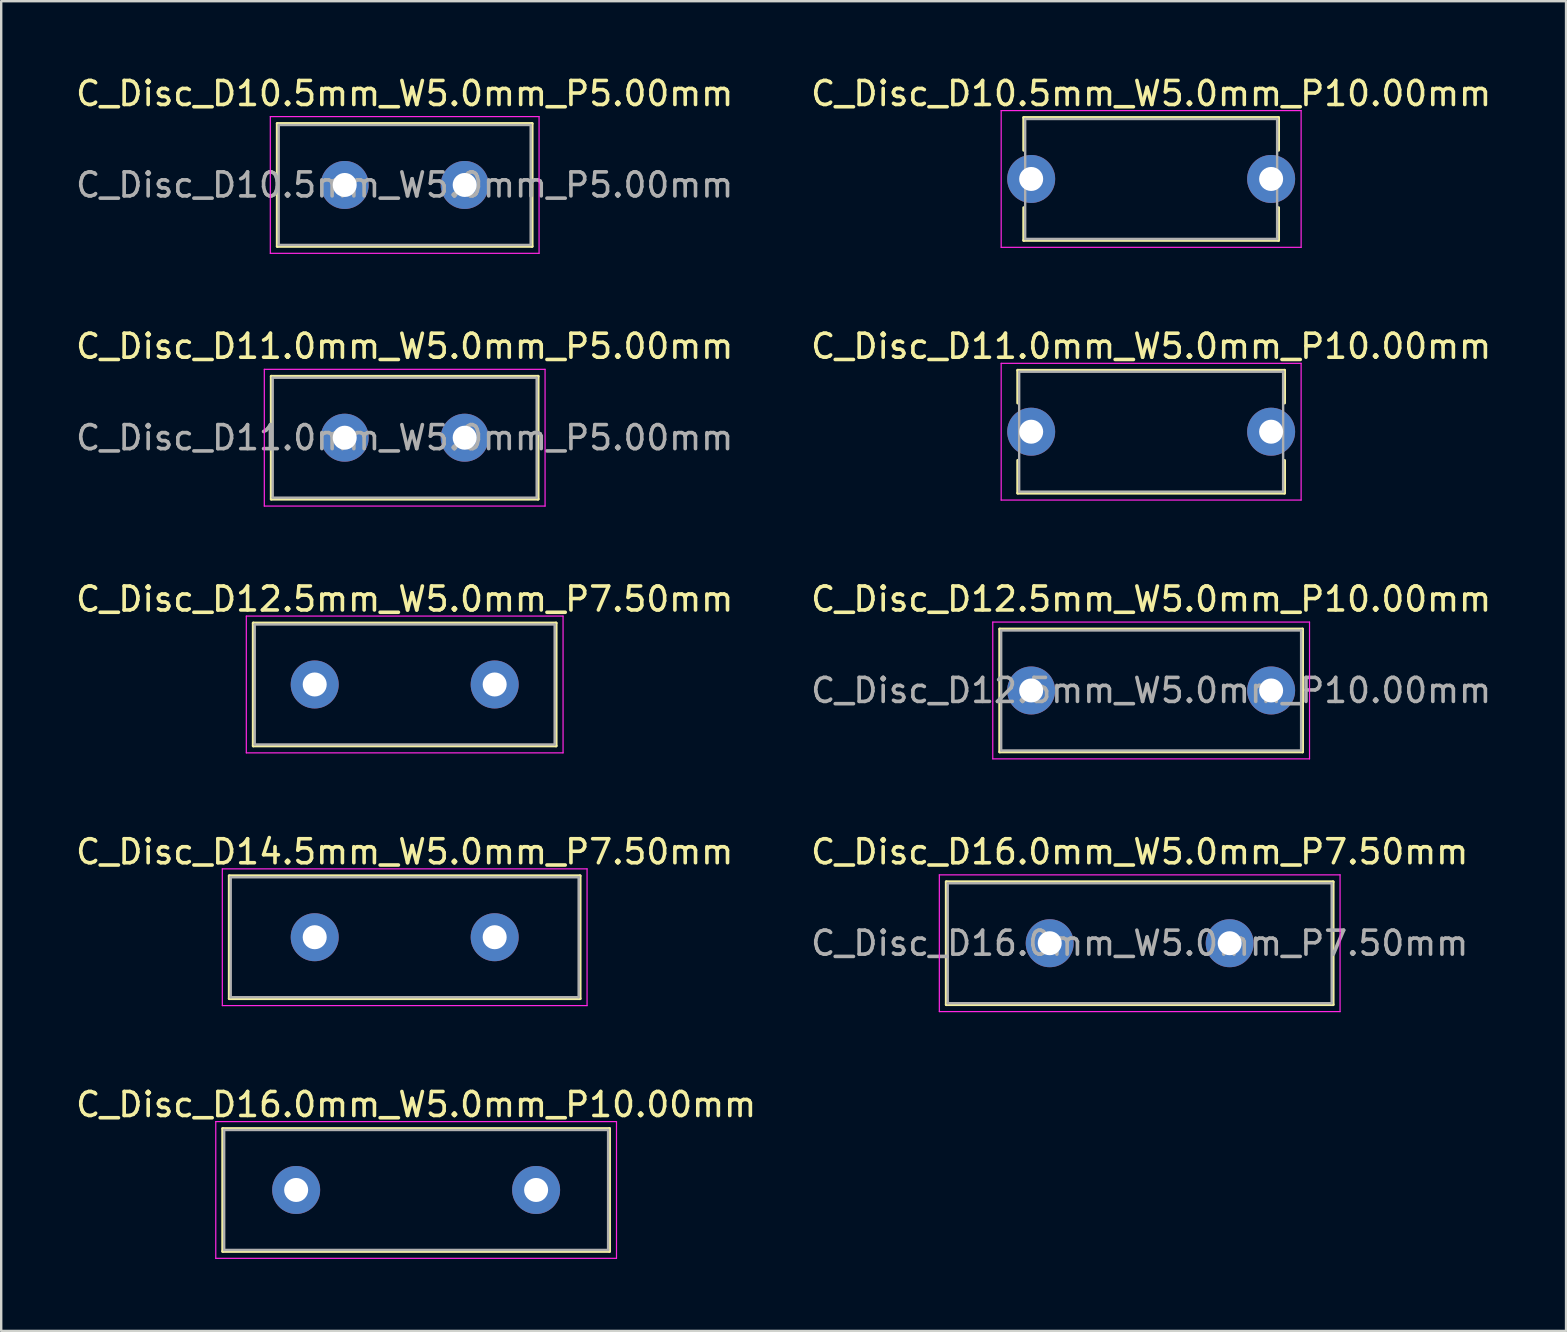
<source format=kicad_pcb>
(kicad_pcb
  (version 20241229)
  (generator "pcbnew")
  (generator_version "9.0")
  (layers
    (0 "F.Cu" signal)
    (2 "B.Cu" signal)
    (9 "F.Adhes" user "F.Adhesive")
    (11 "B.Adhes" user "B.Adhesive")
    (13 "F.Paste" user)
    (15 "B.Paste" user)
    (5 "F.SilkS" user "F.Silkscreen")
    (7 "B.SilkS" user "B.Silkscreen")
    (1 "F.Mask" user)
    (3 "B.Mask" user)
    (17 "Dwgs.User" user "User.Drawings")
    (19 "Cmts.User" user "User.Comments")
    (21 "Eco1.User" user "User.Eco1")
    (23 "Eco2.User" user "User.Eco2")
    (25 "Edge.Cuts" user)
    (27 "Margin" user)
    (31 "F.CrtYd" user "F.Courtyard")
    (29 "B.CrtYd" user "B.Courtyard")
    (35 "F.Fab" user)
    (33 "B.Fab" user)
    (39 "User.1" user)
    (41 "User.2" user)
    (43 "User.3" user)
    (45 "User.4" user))
  (footprint "C_Disc_D11.0mm_W5.0mm_P10.00mm"
    (layer "F.Cu")
    (at 39.923 14.941)
    (property "Reference" "C_Disc_D11.0mm_W5.0mm_P10.00mm" (at 5 -3.56 0) (layer "F.SilkS") (effects (font (size 1 1) (thickness 0.15))))
    (attr through_hole)
    (fp_line (start -0.56 -2.56) (end -0.56 -1.195) (stroke (width 0.12) (type solid)) (layer "F.SilkS"))
    (fp_line (start -0.56 -2.56) (end 10.56 -2.56) (stroke (width 0.12) (type solid)) (layer "F.SilkS"))
    (fp_line (start -0.56 1.195) (end -0.56 2.56) (stroke (width 0.12) (type solid)) (layer "F.SilkS"))
    (fp_line (start -0.56 2.56) (end 10.56 2.56) (stroke (width 0.12) (type solid)) (layer "F.SilkS"))
    (fp_line (start 10.56 -2.56) (end 10.56 -1.195) (stroke (width 0.12) (type solid)) (layer "F.SilkS"))
    (fp_line (start 10.56 1.195) (end 10.56 2.56) (stroke (width 0.12) (type solid)) (layer "F.SilkS"))
    (fp_line (start -1.25 -2.85) (end -1.25 2.85) (stroke (width 0.05) (type solid)) (layer "F.CrtYd"))
    (fp_line (start -1.25 2.85) (end 11.25 2.85) (stroke (width 0.05) (type solid)) (layer "F.CrtYd"))
    (fp_line (start 11.25 -2.85) (end -1.25 -2.85) (stroke (width 0.05) (type solid)) (layer "F.CrtYd"))
    (fp_line (start 11.25 2.85) (end 11.25 -2.85) (stroke (width 0.05) (type solid)) (layer "F.CrtYd"))
    (fp_line (start -0.5 -2.5) (end -0.5 2.5) (stroke (width 0.1) (type solid)) (layer "F.Fab"))
    (fp_line (start -0.5 2.5) (end 10.5 2.5) (stroke (width 0.1) (type solid)) (layer "F.Fab"))
    (fp_line (start 10.5 -2.5) (end -0.5 -2.5) (stroke (width 0.1) (type solid)) (layer "F.Fab"))
    (fp_line (start 10.5 2.5) (end 10.5 -2.5) (stroke (width 0.1) (type solid)) (layer "F.Fab"))
    (pad "1" thru_hole circle (at 0 0) (size 2 2) (drill 1) (layers "*.Cu" "*.Mask"))
    (pad "2" thru_hole circle (at 10 0) (size 2 2) (drill 1) (layers "*.Cu" "*.Mask")))
  (footprint "C_Disc_D16.0mm_W5.0mm_P7.50mm"
    (layer "F.Cu")
    (at 40.696 36.258)
    (property "Reference" "C_Disc_D16.0mm_W5.0mm_P7.50mm" (at 3.75 -3.81 0) (layer "F.SilkS") (effects (font (size 1 1) (thickness 0.15))))
    (attr through_hole)
    (fp_line (start -4.31 -2.56) (end -4.31 2.56) (stroke (width 0.12) (type solid)) (layer "F.SilkS"))
    (fp_line (start -4.31 -2.56) (end 11.81 -2.56) (stroke (width 0.12) (type solid)) (layer "F.SilkS"))
    (fp_line (start -4.31 2.56) (end 11.81 2.56) (stroke (width 0.12) (type solid)) (layer "F.SilkS"))
    (fp_line (start 11.81 -2.56) (end 11.81 2.56) (stroke (width 0.12) (type solid)) (layer "F.SilkS"))
    (fp_line (start -4.6 -2.85) (end -4.6 2.85) (stroke (width 0.05) (type solid)) (layer "F.CrtYd"))
    (fp_line (start -4.6 2.85) (end 12.1 2.85) (stroke (width 0.05) (type solid)) (layer "F.CrtYd"))
    (fp_line (start 12.1 -2.85) (end -4.6 -2.85) (stroke (width 0.05) (type solid)) (layer "F.CrtYd"))
    (fp_line (start 12.1 2.85) (end 12.1 -2.85) (stroke (width 0.05) (type solid)) (layer "F.CrtYd"))
    (fp_line (start -4.25 -2.5) (end -4.25 2.5) (stroke (width 0.1) (type solid)) (layer "F.Fab"))
    (fp_line (start -4.25 2.5) (end 11.75 2.5) (stroke (width 0.1) (type solid)) (layer "F.Fab"))
    (fp_line (start 11.75 -2.5) (end -4.25 -2.5) (stroke (width 0.1) (type solid)) (layer "F.Fab"))
    (fp_line (start 11.75 2.5) (end 11.75 -2.5) (stroke (width 0.1) (type solid)) (layer "F.Fab"))
    (fp_text user "${REFERENCE}" (at 3.75 0 0) (layer "F.Fab") (effects (font (size 1 1) (thickness 0.15))))
    (pad "1" thru_hole circle (at 0 0) (size 2 2) (drill 1) (layers "*.Cu" "*.Mask"))
    (pad "2" thru_hole circle (at 7.5 0) (size 2 2) (drill 1) (layers "*.Cu" "*.Mask")))
  (footprint "C_Disc_D16.0mm_W5.0mm_P10.00mm"
    (layer "F.Cu")
    (at 9.292 46.541)
    (property "Reference" "C_Disc_D16.0mm_W5.0mm_P10.00mm" (at 5 -3.56 0) (layer "F.SilkS") (effects (font (size 1 1) (thickness 0.15))))
    (attr through_hole)
    (fp_line (start -3.06 -2.56) (end -3.06 2.56) (stroke (width 0.12) (type solid)) (layer "F.SilkS"))
    (fp_line (start -3.06 -2.56) (end 13.06 -2.56) (stroke (width 0.12) (type solid)) (layer "F.SilkS"))
    (fp_line (start -3.06 2.56) (end 13.06 2.56) (stroke (width 0.12) (type solid)) (layer "F.SilkS"))
    (fp_line (start 13.06 -2.56) (end 13.06 2.56) (stroke (width 0.12) (type solid)) (layer "F.SilkS"))
    (fp_line (start -3.35 -2.85) (end -3.35 2.85) (stroke (width 0.05) (type solid)) (layer "F.CrtYd"))
    (fp_line (start -3.35 2.85) (end 13.35 2.85) (stroke (width 0.05) (type solid)) (layer "F.CrtYd"))
    (fp_line (start 13.35 -2.85) (end -3.35 -2.85) (stroke (width 0.05) (type solid)) (layer "F.CrtYd"))
    (fp_line (start 13.35 2.85) (end 13.35 -2.85) (stroke (width 0.05) (type solid)) (layer "F.CrtYd"))
    (fp_line (start -3 -2.5) (end -3 2.5) (stroke (width 0.1) (type solid)) (layer "F.Fab"))
    (fp_line (start -3 2.5) (end 13 2.5) (stroke (width 0.1) (type solid)) (layer "F.Fab"))
    (fp_line (start 13 -2.5) (end -3 -2.5) (stroke (width 0.1) (type solid)) (layer "F.Fab"))
    (fp_line (start 13 2.5) (end 13 -2.5) (stroke (width 0.1) (type solid)) (layer "F.Fab"))
    (pad "1" thru_hole circle (at 0 0) (size 2 2) (drill 1) (layers "*.Cu" "*.Mask"))
    (pad "2" thru_hole circle (at 10 0) (size 2 2) (drill 1) (layers "*.Cu" "*.Mask")))
  (footprint "C_Disc_D12.5mm_W5.0mm_P10.00mm"
    (layer "F.Cu")
    (at 39.923 25.725)
    (property "Reference" "C_Disc_D12.5mm_W5.0mm_P10.00mm" (at 5 -3.81 0) (layer "F.SilkS") (effects (font (size 1 1) (thickness 0.15))))
    (attr through_hole)
    (fp_line (start -1.31 -2.56) (end -1.31 2.56) (stroke (width 0.12) (type solid)) (layer "F.SilkS"))
    (fp_line (start -1.31 -2.56) (end 11.31 -2.56) (stroke (width 0.12) (type solid)) (layer "F.SilkS"))
    (fp_line (start -1.31 2.56) (end 11.31 2.56) (stroke (width 0.12) (type solid)) (layer "F.SilkS"))
    (fp_line (start 11.31 -2.56) (end 11.31 2.56) (stroke (width 0.12) (type solid)) (layer "F.SilkS"))
    (fp_line (start -1.6 -2.85) (end -1.6 2.85) (stroke (width 0.05) (type solid)) (layer "F.CrtYd"))
    (fp_line (start -1.6 2.85) (end 11.6 2.85) (stroke (width 0.05) (type solid)) (layer "F.CrtYd"))
    (fp_line (start 11.6 -2.85) (end -1.6 -2.85) (stroke (width 0.05) (type solid)) (layer "F.CrtYd"))
    (fp_line (start 11.6 2.85) (end 11.6 -2.85) (stroke (width 0.05) (type solid)) (layer "F.CrtYd"))
    (fp_line (start -1.25 -2.5) (end -1.25 2.5) (stroke (width 0.1) (type solid)) (layer "F.Fab"))
    (fp_line (start -1.25 2.5) (end 11.25 2.5) (stroke (width 0.1) (type solid)) (layer "F.Fab"))
    (fp_line (start 11.25 -2.5) (end -1.25 -2.5) (stroke (width 0.1) (type solid)) (layer "F.Fab"))
    (fp_line (start 11.25 2.5) (end 11.25 -2.5) (stroke (width 0.1) (type solid)) (layer "F.Fab"))
    (fp_text user "${REFERENCE}" (at 5 0 0) (layer "F.Fab") (effects (font (size 1 1) (thickness 0.15))))
    (pad "1" thru_hole circle (at 0 0) (size 2 2) (drill 1) (layers "*.Cu" "*.Mask"))
    (pad "2" thru_hole circle (at 10 0) (size 2 2) (drill 1) (layers "*.Cu" "*.Mask")))
  (footprint "C_Disc_D10.5mm_W5.0mm_P5.00mm"
    (layer "F.Cu")
    (at 11.315 4.658)
    (property "Reference" "C_Disc_D10.5mm_W5.0mm_P5.00mm" (at 2.5 -3.81 0) (layer "F.SilkS") (effects (font (size 1 1) (thickness 0.15))))
    (attr through_hole)
    (fp_line (start -2.81 -2.56) (end -2.81 2.56) (stroke (width 0.12) (type solid)) (layer "F.SilkS"))
    (fp_line (start -2.81 -2.56) (end 7.81 -2.56) (stroke (width 0.12) (type solid)) (layer "F.SilkS"))
    (fp_line (start -2.81 2.56) (end 7.81 2.56) (stroke (width 0.12) (type solid)) (layer "F.SilkS"))
    (fp_line (start 7.81 -2.56) (end 7.81 2.56) (stroke (width 0.12) (type solid)) (layer "F.SilkS"))
    (fp_line (start -3.1 -2.85) (end -3.1 2.85) (stroke (width 0.05) (type solid)) (layer "F.CrtYd"))
    (fp_line (start -3.1 2.85) (end 8.1 2.85) (stroke (width 0.05) (type solid)) (layer "F.CrtYd"))
    (fp_line (start 8.1 -2.85) (end -3.1 -2.85) (stroke (width 0.05) (type solid)) (layer "F.CrtYd"))
    (fp_line (start 8.1 2.85) (end 8.1 -2.85) (stroke (width 0.05) (type solid)) (layer "F.CrtYd"))
    (fp_line (start -2.75 -2.5) (end -2.75 2.5) (stroke (width 0.1) (type solid)) (layer "F.Fab"))
    (fp_line (start -2.75 2.5) (end 7.75 2.5) (stroke (width 0.1) (type solid)) (layer "F.Fab"))
    (fp_line (start 7.75 -2.5) (end -2.75 -2.5) (stroke (width 0.1) (type solid)) (layer "F.Fab"))
    (fp_line (start 7.75 2.5) (end 7.75 -2.5) (stroke (width 0.1) (type solid)) (layer "F.Fab"))
    (fp_text user "${REFERENCE}" (at 2.5 0 0) (layer "F.Fab") (effects (font (size 1 1) (thickness 0.15))))
    (pad "1" thru_hole circle (at 0 0) (size 2 2) (drill 1) (layers "*.Cu" "*.Mask"))
    (pad "2" thru_hole circle (at 5 0) (size 2 2) (drill 1) (layers "*.Cu" "*.Mask")))
  (footprint "C_Disc_D11.0mm_W5.0mm_P5.00mm"
    (layer "F.Cu")
    (at 11.315 15.191)
    (property "Reference" "C_Disc_D11.0mm_W5.0mm_P5.00mm" (at 2.5 -3.81 0) (layer "F.SilkS") (effects (font (size 1 1) (thickness 0.15))))
    (attr through_hole)
    (fp_line (start -3.06 -2.56) (end -3.06 2.56) (stroke (width 0.12) (type solid)) (layer "F.SilkS"))
    (fp_line (start -3.06 -2.56) (end 8.06 -2.56) (stroke (width 0.12) (type solid)) (layer "F.SilkS"))
    (fp_line (start -3.06 2.56) (end 8.06 2.56) (stroke (width 0.12) (type solid)) (layer "F.SilkS"))
    (fp_line (start 8.06 -2.56) (end 8.06 2.56) (stroke (width 0.12) (type solid)) (layer "F.SilkS"))
    (fp_line (start -3.35 -2.85) (end -3.35 2.85) (stroke (width 0.05) (type solid)) (layer "F.CrtYd"))
    (fp_line (start -3.35 2.85) (end 8.35 2.85) (stroke (width 0.05) (type solid)) (layer "F.CrtYd"))
    (fp_line (start 8.35 -2.85) (end -3.35 -2.85) (stroke (width 0.05) (type solid)) (layer "F.CrtYd"))
    (fp_line (start 8.35 2.85) (end 8.35 -2.85) (stroke (width 0.05) (type solid)) (layer "F.CrtYd"))
    (fp_line (start -3 -2.5) (end -3 2.5) (stroke (width 0.1) (type solid)) (layer "F.Fab"))
    (fp_line (start -3 2.5) (end 8 2.5) (stroke (width 0.1) (type solid)) (layer "F.Fab"))
    (fp_line (start 8 -2.5) (end -3 -2.5) (stroke (width 0.1) (type solid)) (layer "F.Fab"))
    (fp_line (start 8 2.5) (end 8 -2.5) (stroke (width 0.1) (type solid)) (layer "F.Fab"))
    (fp_text user "${REFERENCE}" (at 2.5 0 0) (layer "F.Fab") (effects (font (size 1 1) (thickness 0.15))))
    (pad "1" thru_hole circle (at 0 0) (size 2 2) (drill 1) (layers "*.Cu" "*.Mask"))
    (pad "2" thru_hole circle (at 5 0) (size 2 2) (drill 1) (layers "*.Cu" "*.Mask")))
  (footprint "C_Disc_D14.5mm_W5.0mm_P7.50mm"
    (layer "F.Cu")
    (at 10.065 36.008)
    (property "Reference" "C_Disc_D14.5mm_W5.0mm_P7.50mm" (at 3.75 -3.56 0) (layer "F.SilkS") (effects (font (size 1 1) (thickness 0.15))))
    (attr through_hole)
    (fp_line (start -3.56 -2.56) (end -3.56 2.56) (stroke (width 0.12) (type solid)) (layer "F.SilkS"))
    (fp_line (start -3.56 -2.56) (end 11.06 -2.56) (stroke (width 0.12) (type solid)) (layer "F.SilkS"))
    (fp_line (start -3.56 2.56) (end 11.06 2.56) (stroke (width 0.12) (type solid)) (layer "F.SilkS"))
    (fp_line (start 11.06 -2.56) (end 11.06 2.56) (stroke (width 0.12) (type solid)) (layer "F.SilkS"))
    (fp_line (start -3.85 -2.85) (end -3.85 2.85) (stroke (width 0.05) (type solid)) (layer "F.CrtYd"))
    (fp_line (start -3.85 2.85) (end 11.35 2.85) (stroke (width 0.05) (type solid)) (layer "F.CrtYd"))
    (fp_line (start 11.35 -2.85) (end -3.85 -2.85) (stroke (width 0.05) (type solid)) (layer "F.CrtYd"))
    (fp_line (start 11.35 2.85) (end 11.35 -2.85) (stroke (width 0.05) (type solid)) (layer "F.CrtYd"))
    (fp_line (start -3.5 -2.5) (end -3.5 2.5) (stroke (width 0.1) (type solid)) (layer "F.Fab"))
    (fp_line (start -3.5 2.5) (end 11 2.5) (stroke (width 0.1) (type solid)) (layer "F.Fab"))
    (fp_line (start 11 -2.5) (end -3.5 -2.5) (stroke (width 0.1) (type solid)) (layer "F.Fab"))
    (fp_line (start 11 2.5) (end 11 -2.5) (stroke (width 0.1) (type solid)) (layer "F.Fab"))
    (pad "1" thru_hole circle (at 0 0) (size 2 2) (drill 1) (layers "*.Cu" "*.Mask"))
    (pad "2" thru_hole circle (at 7.5 0) (size 2 2) (drill 1) (layers "*.Cu" "*.Mask")))
  (footprint "C_Disc_D10.5mm_W5.0mm_P10.00mm"
    (layer "F.Cu")
    (at 39.923 4.408)
    (property "Reference" "C_Disc_D10.5mm_W5.0mm_P10.00mm" (at 5 -3.56 0) (layer "F.SilkS") (effects (font (size 1 1) (thickness 0.15))))
    (attr through_hole)
    (fp_line (start -0.31 -2.56) (end -0.31 -1.195) (stroke (width 0.12) (type solid)) (layer "F.SilkS"))
    (fp_line (start -0.31 -2.56) (end 10.31 -2.56) (stroke (width 0.12) (type solid)) (layer "F.SilkS"))
    (fp_line (start -0.31 1.195) (end -0.31 2.56) (stroke (width 0.12) (type solid)) (layer "F.SilkS"))
    (fp_line (start -0.31 2.56) (end 10.31 2.56) (stroke (width 0.12) (type solid)) (layer "F.SilkS"))
    (fp_line (start 10.31 -2.56) (end 10.31 -1.195) (stroke (width 0.12) (type solid)) (layer "F.SilkS"))
    (fp_line (start 10.31 1.195) (end 10.31 2.56) (stroke (width 0.12) (type solid)) (layer "F.SilkS"))
    (fp_line (start -1.25 -2.85) (end -1.25 2.85) (stroke (width 0.05) (type solid)) (layer "F.CrtYd"))
    (fp_line (start -1.25 2.85) (end 11.25 2.85) (stroke (width 0.05) (type solid)) (layer "F.CrtYd"))
    (fp_line (start 11.25 -2.85) (end -1.25 -2.85) (stroke (width 0.05) (type solid)) (layer "F.CrtYd"))
    (fp_line (start 11.25 2.85) (end 11.25 -2.85) (stroke (width 0.05) (type solid)) (layer "F.CrtYd"))
    (fp_line (start -0.25 -2.5) (end -0.25 2.5) (stroke (width 0.1) (type solid)) (layer "F.Fab"))
    (fp_line (start -0.25 2.5) (end 10.25 2.5) (stroke (width 0.1) (type solid)) (layer "F.Fab"))
    (fp_line (start 10.25 -2.5) (end -0.25 -2.5) (stroke (width 0.1) (type solid)) (layer "F.Fab"))
    (fp_line (start 10.25 2.5) (end 10.25 -2.5) (stroke (width 0.1) (type solid)) (layer "F.Fab"))
    (pad "1" thru_hole circle (at 0 0) (size 2 2) (drill 1) (layers "*.Cu" "*.Mask"))
    (pad "2" thru_hole circle (at 10 0) (size 2 2) (drill 1) (layers "*.Cu" "*.Mask")))
  (footprint "C_Disc_D12.5mm_W5.0mm_P7.50mm"
    (layer "F.Cu")
    (at 10.065 25.475)
    (property "Reference" "C_Disc_D12.5mm_W5.0mm_P7.50mm" (at 3.75 -3.56 0) (layer "F.SilkS") (effects (font (size 1 1) (thickness 0.15))))
    (attr through_hole)
    (fp_line (start -2.56 -2.56) (end -2.56 2.56) (stroke (width 0.12) (type solid)) (layer "F.SilkS"))
    (fp_line (start -2.56 -2.56) (end 10.06 -2.56) (stroke (width 0.12) (type solid)) (layer "F.SilkS"))
    (fp_line (start -2.56 2.56) (end 10.06 2.56) (stroke (width 0.12) (type solid)) (layer "F.SilkS"))
    (fp_line (start 10.06 -2.56) (end 10.06 2.56) (stroke (width 0.12) (type solid)) (layer "F.SilkS"))
    (fp_line (start -2.85 -2.85) (end -2.85 2.85) (stroke (width 0.05) (type solid)) (layer "F.CrtYd"))
    (fp_line (start -2.85 2.85) (end 10.35 2.85) (stroke (width 0.05) (type solid)) (layer "F.CrtYd"))
    (fp_line (start 10.35 -2.85) (end -2.85 -2.85) (stroke (width 0.05) (type solid)) (layer "F.CrtYd"))
    (fp_line (start 10.35 2.85) (end 10.35 -2.85) (stroke (width 0.05) (type solid)) (layer "F.CrtYd"))
    (fp_line (start -2.5 -2.5) (end -2.5 2.5) (stroke (width 0.1) (type solid)) (layer "F.Fab"))
    (fp_line (start -2.5 2.5) (end 10 2.5) (stroke (width 0.1) (type solid)) (layer "F.Fab"))
    (fp_line (start 10 -2.5) (end -2.5 -2.5) (stroke (width 0.1) (type solid)) (layer "F.Fab"))
    (fp_line (start 10 2.5) (end 10 -2.5) (stroke (width 0.1) (type solid)) (layer "F.Fab"))
    (pad "1" thru_hole circle (at 0 0) (size 2 2) (drill 1) (layers "*.Cu" "*.Mask"))
    (pad "2" thru_hole circle (at 7.5 0) (size 2 2) (drill 1) (layers "*.Cu" "*.Mask")))
  (gr_rect
    (start -3 -3)
    (end 62.214 52.416)
    (stroke (width 0.1) (type default))
    (fill no)
    (layer "Edge.Cuts")))
</source>
